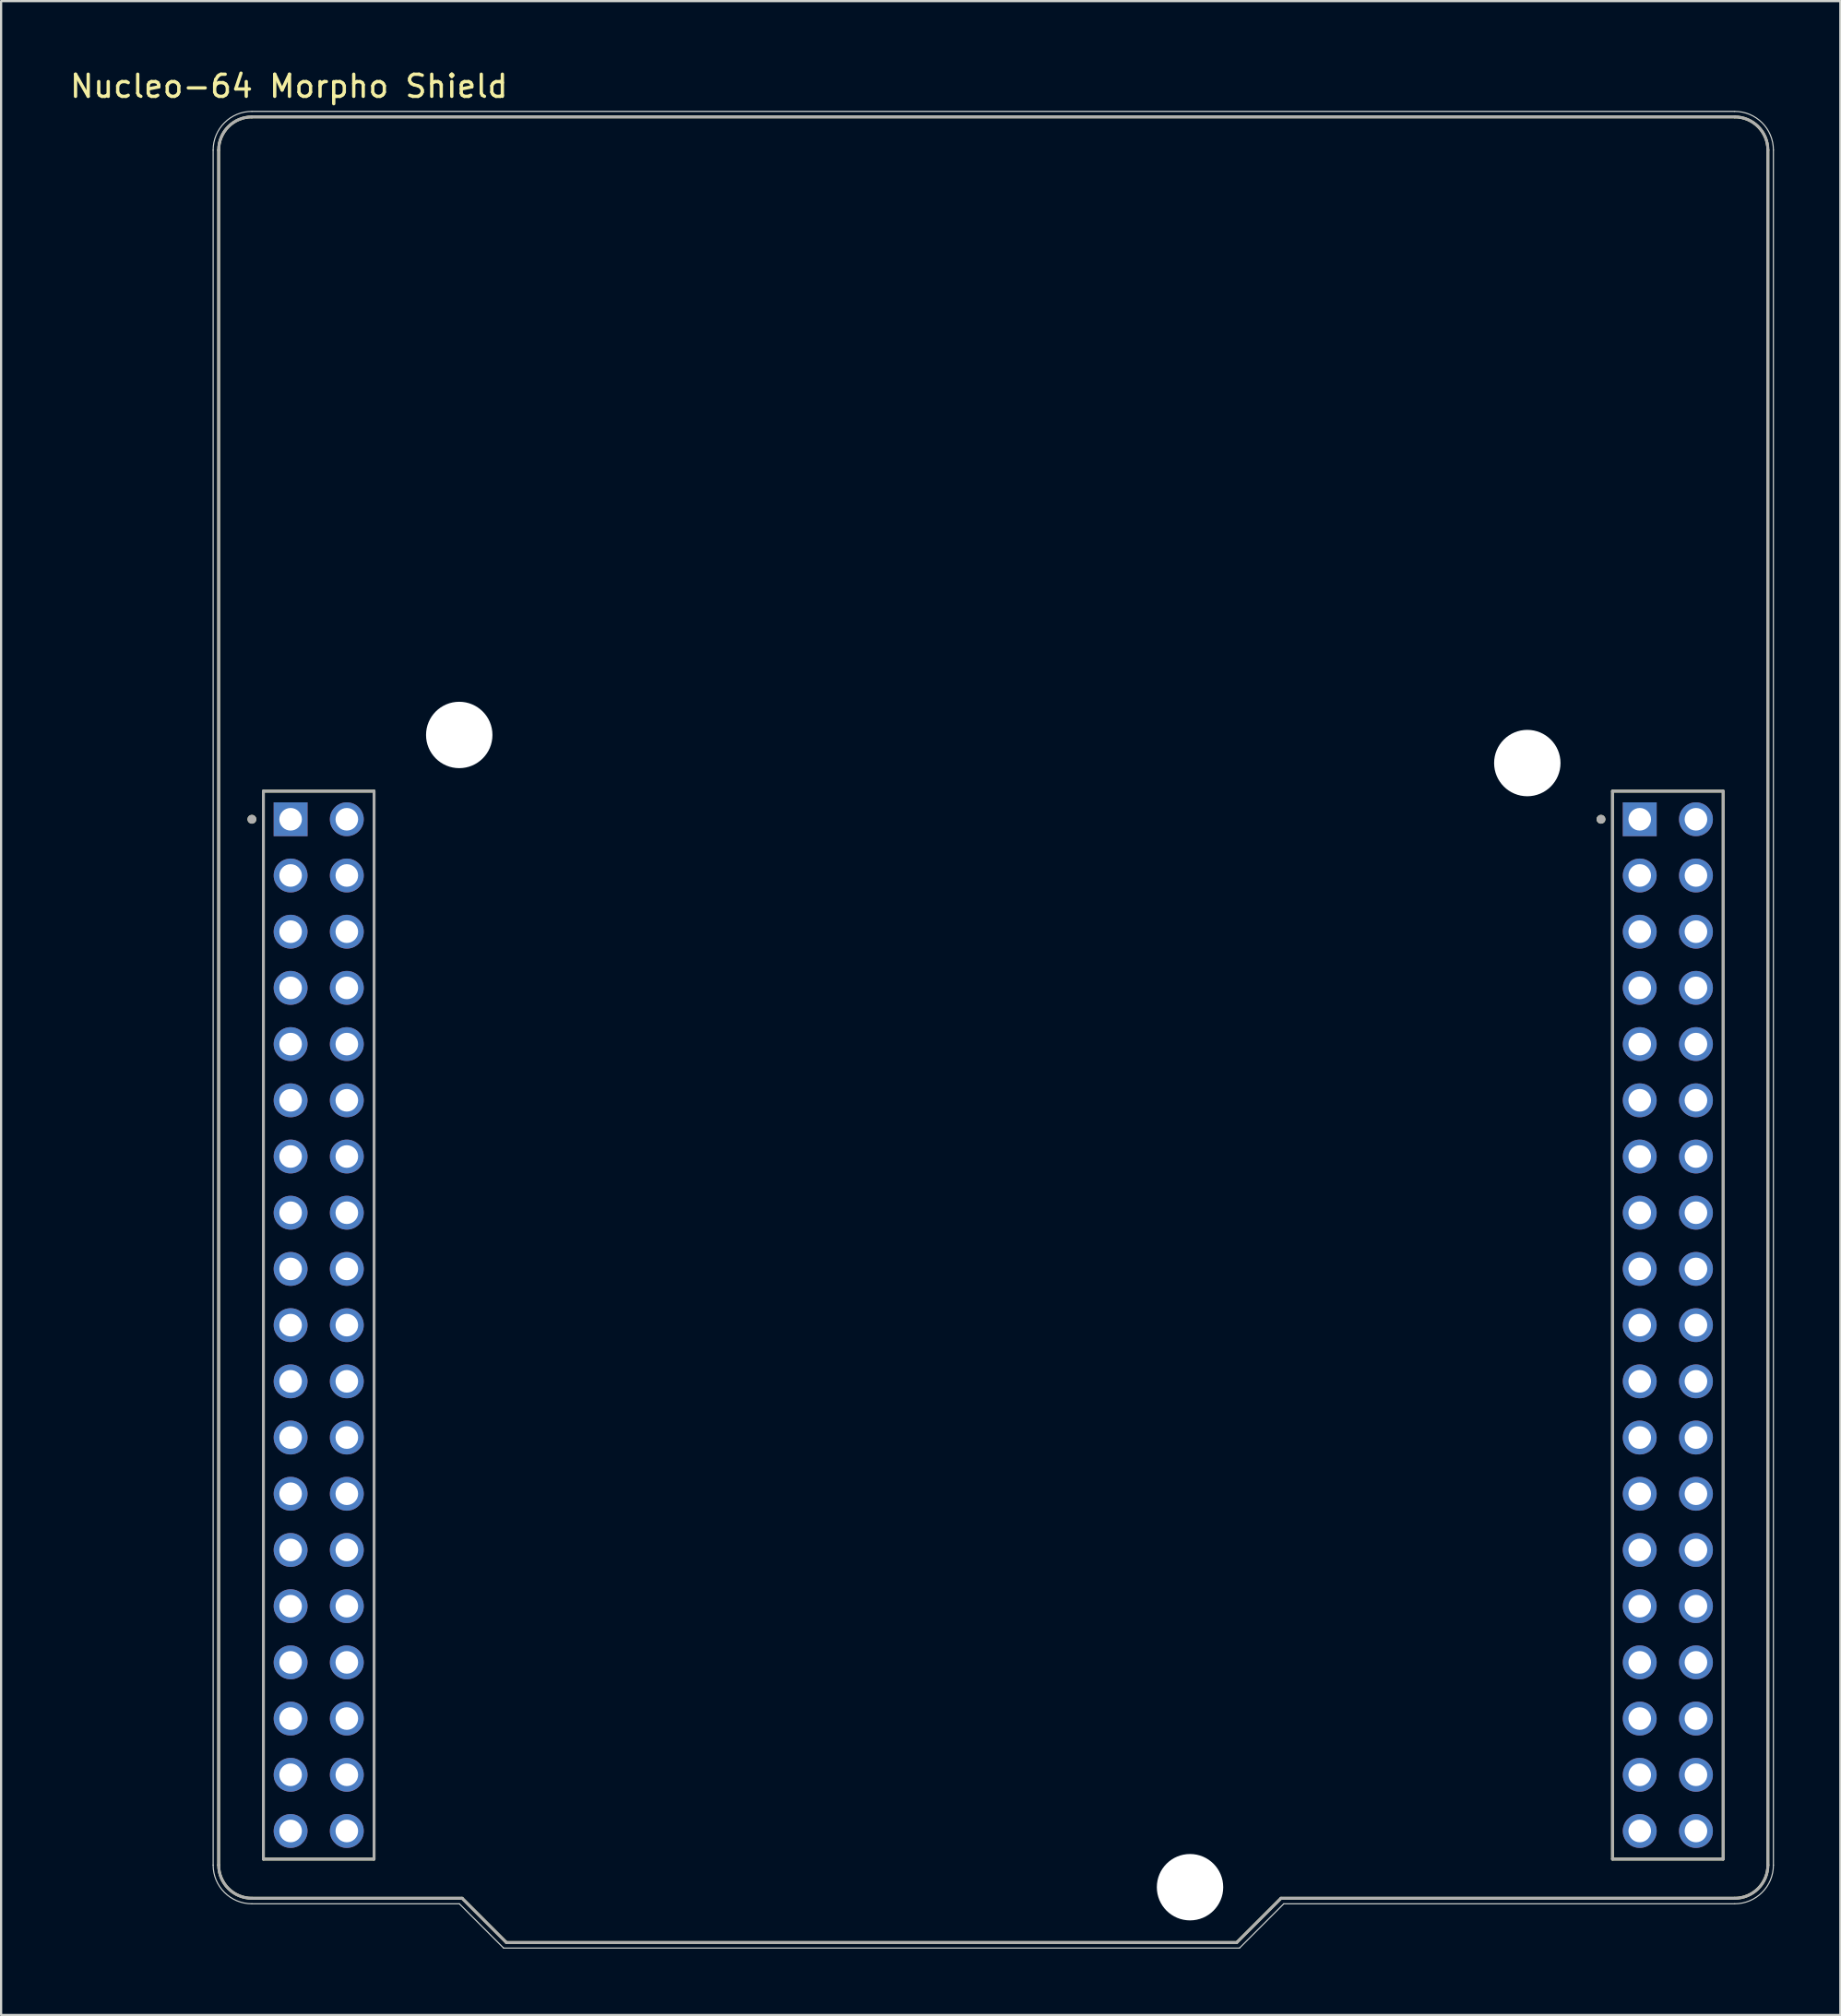
<source format=kicad_pcb>
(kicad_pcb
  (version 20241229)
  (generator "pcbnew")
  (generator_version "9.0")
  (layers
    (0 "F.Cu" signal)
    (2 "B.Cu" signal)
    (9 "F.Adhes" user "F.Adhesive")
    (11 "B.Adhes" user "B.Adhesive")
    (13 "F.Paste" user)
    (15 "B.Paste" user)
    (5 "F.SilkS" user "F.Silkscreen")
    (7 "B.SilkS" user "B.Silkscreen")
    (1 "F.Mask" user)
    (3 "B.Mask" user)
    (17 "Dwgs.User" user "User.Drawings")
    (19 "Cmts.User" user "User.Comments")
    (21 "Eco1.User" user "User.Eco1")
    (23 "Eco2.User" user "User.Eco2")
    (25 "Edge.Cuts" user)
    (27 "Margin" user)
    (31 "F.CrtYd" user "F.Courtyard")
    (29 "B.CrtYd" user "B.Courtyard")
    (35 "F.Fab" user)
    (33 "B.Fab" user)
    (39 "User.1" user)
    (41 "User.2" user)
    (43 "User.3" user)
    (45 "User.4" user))
  (footprint "Nucleo-64 Morpho Shield"
    (layer "F.Cu")
    (at 41.831 43.483)
    (property "Reference" "Nucleo-64 Morpho Shield" (at -31.825 -42.635 0) (layer "F.SilkS") (effects (font (size 1 1) (thickness 0.15))))
    (attr through_hole)
    (fp_line (start -35 37.75) (end -35 -39.75) (stroke (width 0.127) (type solid)) (layer "F.SilkS"))
    (fp_line (start -33.5 -41.25) (end 33.5 -41.25) (stroke (width 0.127) (type solid)) (layer "F.SilkS"))
    (fp_line (start -32.98 -10.78) (end -32.98 37.48) (stroke (width 0.127) (type solid)) (layer "F.SilkS"))
    (fp_line (start -32.98 37.48) (end -27.98 37.48) (stroke (width 0.127) (type solid)) (layer "F.SilkS"))
    (fp_line (start -27.98 -10.78) (end -32.98 -10.78) (stroke (width 0.127) (type solid)) (layer "F.SilkS"))
    (fp_line (start -27.98 37.48) (end -27.98 -10.78) (stroke (width 0.127) (type solid)) (layer "F.SilkS"))
    (fp_line (start -24 39.25) (end -33.5 39.25) (stroke (width 0.127) (type solid)) (layer "F.SilkS"))
    (fp_line (start -22 41.25) (end -24 39.25) (stroke (width 0.127) (type solid)) (layer "F.SilkS"))
    (fp_line (start 11 41.25) (end -22 41.25) (stroke (width 0.127) (type solid)) (layer "F.SilkS"))
    (fp_line (start 13 39.25) (end 11 41.25) (stroke (width 0.127) (type solid)) (layer "F.SilkS"))
    (fp_line (start 27.98 -10.78) (end 27.98 37.48) (stroke (width 0.127) (type solid)) (layer "F.SilkS"))
    (fp_line (start 27.98 37.48) (end 32.98 37.48) (stroke (width 0.127) (type solid)) (layer "F.SilkS"))
    (fp_line (start 32.98 -10.78) (end 27.98 -10.78) (stroke (width 0.127) (type solid)) (layer "F.SilkS"))
    (fp_line (start 32.98 37.48) (end 32.98 -10.78) (stroke (width 0.127) (type solid)) (layer "F.SilkS"))
    (fp_line (start 33.5 39.25) (end 13 39.25) (stroke (width 0.127) (type solid)) (layer "F.SilkS"))
    (fp_line (start 35 -39.75) (end 35 37.75) (stroke (width 0.127) (type solid)) (layer "F.SilkS"))
    (fp_arc (start -35 -39.75) (mid -34.56066 -40.81066) (end -33.5 -41.25) (stroke (width 0.127) (type solid)) (layer "F.SilkS"))
    (fp_arc (start -33.5 39.25) (mid -34.56066 38.81066) (end -35 37.75) (stroke (width 0.127) (type solid)) (layer "F.SilkS"))
    (fp_arc (start 33.5 -41.25) (mid 34.56066 -40.81066) (end 35 -39.75) (stroke (width 0.127) (type solid)) (layer "F.SilkS"))
    (fp_arc (start 35 37.75) (mid 34.56066 38.81066) (end 33.5 39.25) (stroke (width 0.127) (type solid)) (layer "F.SilkS"))
    (fp_circle (center -33.5 -9.51) (end -33.4 -9.51) (stroke (width 0.2) (type solid)) (fill no) (layer "F.SilkS"))
    (fp_circle (center 27.46 -9.51) (end 27.56 -9.51) (stroke (width 0.2) (type solid)) (fill no) (layer "F.SilkS"))
    (fp_line (start -35.25 37.75) (end -35.25 -39.75) (stroke (width 0.05) (type solid)) (layer "Edge.Cuts"))
    (fp_line (start -33.5 -41.5) (end 33.5 -41.5) (stroke (width 0.05) (type solid)) (layer "Edge.Cuts"))
    (fp_line (start -24.125 39.5) (end -33.5 39.5) (stroke (width 0.05) (type solid)) (layer "Edge.Cuts"))
    (fp_line (start -22.125 41.5) (end -24.125 39.5) (stroke (width 0.05) (type solid)) (layer "Edge.Cuts"))
    (fp_line (start 11.125 41.5) (end -22.125 41.5) (stroke (width 0.05) (type solid)) (layer "Edge.Cuts"))
    (fp_line (start 13.125 39.5) (end 11.125 41.5) (stroke (width 0.05) (type solid)) (layer "Edge.Cuts"))
    (fp_line (start 33.5 39.5) (end 13.125 39.5) (stroke (width 0.05) (type solid)) (layer "Edge.Cuts"))
    (fp_line (start 35.25 -39.75) (end 35.25 37.75) (stroke (width 0.05) (type solid)) (layer "Edge.Cuts"))
    (fp_arc (start -35.25 -39.75) (mid -34.737437 -40.987437) (end -33.5 -41.5) (stroke (width 0.05) (type solid)) (layer "Edge.Cuts"))
    (fp_arc (start -33.5 39.5) (mid -34.737437 38.987437) (end -35.25 37.75) (stroke (width 0.05) (type solid)) (layer "Edge.Cuts"))
    (fp_arc (start 33.5 -41.5) (mid 34.737437 -40.987437) (end 35.25 -39.75) (stroke (width 0.05) (type solid)) (layer "Edge.Cuts"))
    (fp_arc (start 35.25 37.75) (mid 34.737437 38.987437) (end 33.5 39.5) (stroke (width 0.05) (type solid)) (layer "Edge.Cuts"))
    (fp_line (start -35 37.75) (end -35 -39.75) (stroke (width 0.127) (type solid)) (layer "F.Fab"))
    (fp_line (start -33.5 -41.25) (end 33.5 -41.25) (stroke (width 0.127) (type solid)) (layer "F.Fab"))
    (fp_line (start -32.98 -10.78) (end -32.98 37.48) (stroke (width 0.127) (type solid)) (layer "F.Fab"))
    (fp_line (start -32.98 37.48) (end -27.98 37.48) (stroke (width 0.127) (type solid)) (layer "F.Fab"))
    (fp_line (start -27.98 -10.78) (end -32.98 -10.78) (stroke (width 0.127) (type solid)) (layer "F.Fab"))
    (fp_line (start -27.98 37.48) (end -27.98 -10.78) (stroke (width 0.127) (type solid)) (layer "F.Fab"))
    (fp_line (start -24 39.25) (end -33.5 39.25) (stroke (width 0.127) (type solid)) (layer "F.Fab"))
    (fp_line (start -22 41.25) (end -24 39.25) (stroke (width 0.127) (type solid)) (layer "F.Fab"))
    (fp_line (start 11 41.25) (end -22 41.25) (stroke (width 0.127) (type solid)) (layer "F.Fab"))
    (fp_line (start 13 39.25) (end 11 41.25) (stroke (width 0.127) (type solid)) (layer "F.Fab"))
    (fp_line (start 27.98 -10.78) (end 27.98 37.48) (stroke (width 0.127) (type solid)) (layer "F.Fab"))
    (fp_line (start 27.98 37.48) (end 32.98 37.48) (stroke (width 0.127) (type solid)) (layer "F.Fab"))
    (fp_line (start 32.98 -10.78) (end 27.98 -10.78) (stroke (width 0.127) (type solid)) (layer "F.Fab"))
    (fp_line (start 32.98 37.48) (end 32.98 -10.78) (stroke (width 0.127) (type solid)) (layer "F.Fab"))
    (fp_line (start 33.5 39.25) (end 13 39.25) (stroke (width 0.127) (type solid)) (layer "F.Fab"))
    (fp_line (start 35 -39.75) (end 35 37.75) (stroke (width 0.127) (type solid)) (layer "F.Fab"))
    (fp_arc (start -35 -39.75) (mid -34.56066 -40.81066) (end -33.5 -41.25) (stroke (width 0.127) (type solid)) (layer "F.Fab"))
    (fp_arc (start -33.5 39.25) (mid -34.56066 38.81066) (end -35 37.75) (stroke (width 0.127) (type solid)) (layer "F.Fab"))
    (fp_arc (start 33.5 -41.25) (mid 34.56066 -40.81066) (end 35 -39.75) (stroke (width 0.127) (type solid)) (layer "F.Fab"))
    (fp_arc (start 35 37.75) (mid 34.56066 38.81066) (end 33.5 39.25) (stroke (width 0.127) (type solid)) (layer "F.Fab"))
    (fp_circle (center -33.5 -9.51) (end -33.4 -9.51) (stroke (width 0.2) (type solid)) (fill no) (layer "F.Fab"))
    (fp_circle (center 27.46 -9.51) (end 27.56 -9.51) (stroke (width 0.2) (type solid)) (fill no) (layer "F.Fab"))
    (pad "" np_thru_hole circle (at -24.13 -13.32) (size 3 3) (drill 3) (layers "*.Cu" "*.Mask"))
    (pad "" np_thru_hole circle (at 8.89 38.75) (size 3 3) (drill 3) (layers "*.Cu" "*.Mask"))
    (pad "" np_thru_hole circle (at 24.13 -12.05) (size 3 3) (drill 3) (layers "*.Cu" "*.Mask"))
    (pad "1" thru_hole rect (at -31.75 -9.51) (size 1.53 1.53) (drill 1.02) (layers "*.Cu" "*.Mask"))
    (pad "2" thru_hole circle (at -29.21 -9.51) (size 1.53 1.53) (drill 1.02) (layers "*.Cu" "*.Mask"))
    (pad "3" thru_hole circle (at -31.75 -6.97) (size 1.53 1.53) (drill 1.02) (layers "*.Cu" "*.Mask"))
    (pad "4" thru_hole circle (at -29.21 -6.97) (size 1.53 1.53) (drill 1.02) (layers "*.Cu" "*.Mask"))
    (pad "5" thru_hole circle (at -31.75 -4.43) (size 1.53 1.53) (drill 1.02) (layers "*.Cu" "*.Mask"))
    (pad "6" thru_hole circle (at -29.21 -4.43) (size 1.53 1.53) (drill 1.02) (layers "*.Cu" "*.Mask"))
    (pad "7" thru_hole circle (at -31.75 -1.89) (size 1.53 1.53) (drill 1.02) (layers "*.Cu" "*.Mask"))
    (pad "8" thru_hole circle (at -29.21 -1.89) (size 1.53 1.53) (drill 1.02) (layers "*.Cu" "*.Mask"))
    (pad "9" thru_hole circle (at -31.75 0.65) (size 1.53 1.53) (drill 1.02) (layers "*.Cu" "*.Mask"))
    (pad "10" thru_hole circle (at -29.21 0.65) (size 1.53 1.53) (drill 1.02) (layers "*.Cu" "*.Mask"))
    (pad "11" thru_hole circle (at -31.75 3.19) (size 1.53 1.53) (drill 1.02) (layers "*.Cu" "*.Mask"))
    (pad "12" thru_hole circle (at -29.21 3.19) (size 1.53 1.53) (drill 1.02) (layers "*.Cu" "*.Mask"))
    (pad "13" thru_hole circle (at -31.75 5.73) (size 1.53 1.53) (drill 1.02) (layers "*.Cu" "*.Mask"))
    (pad "14" thru_hole circle (at -29.21 5.73) (size 1.53 1.53) (drill 1.02) (layers "*.Cu" "*.Mask"))
    (pad "15" thru_hole circle (at -31.75 8.27) (size 1.53 1.53) (drill 1.02) (layers "*.Cu" "*.Mask"))
    (pad "16" thru_hole circle (at -29.21 8.27) (size 1.53 1.53) (drill 1.02) (layers "*.Cu" "*.Mask"))
    (pad "17" thru_hole circle (at -31.75 10.81) (size 1.53 1.53) (drill 1.02) (layers "*.Cu" "*.Mask"))
    (pad "18" thru_hole circle (at -29.21 10.81) (size 1.53 1.53) (drill 1.02) (layers "*.Cu" "*.Mask"))
    (pad "19" thru_hole circle (at -31.75 13.35) (size 1.53 1.53) (drill 1.02) (layers "*.Cu" "*.Mask"))
    (pad "20" thru_hole circle (at -29.21 13.35) (size 1.53 1.53) (drill 1.02) (layers "*.Cu" "*.Mask"))
    (pad "21" thru_hole circle (at -31.75 15.89) (size 1.53 1.53) (drill 1.02) (layers "*.Cu" "*.Mask"))
    (pad "22" thru_hole circle (at -29.21 15.89) (size 1.53 1.53) (drill 1.02) (layers "*.Cu" "*.Mask"))
    (pad "23" thru_hole circle (at -31.75 18.43) (size 1.53 1.53) (drill 1.02) (layers "*.Cu" "*.Mask"))
    (pad "24" thru_hole circle (at -29.21 18.43) (size 1.53 1.53) (drill 1.02) (layers "*.Cu" "*.Mask"))
    (pad "25" thru_hole circle (at -31.75 20.97) (size 1.53 1.53) (drill 1.02) (layers "*.Cu" "*.Mask"))
    (pad "26" thru_hole circle (at -29.21 20.97) (size 1.53 1.53) (drill 1.02) (layers "*.Cu" "*.Mask"))
    (pad "27" thru_hole circle (at -31.75 23.51) (size 1.53 1.53) (drill 1.02) (layers "*.Cu" "*.Mask"))
    (pad "28" thru_hole circle (at -29.21 23.51) (size 1.53 1.53) (drill 1.02) (layers "*.Cu" "*.Mask"))
    (pad "29" thru_hole circle (at -31.75 26.05) (size 1.53 1.53) (drill 1.02) (layers "*.Cu" "*.Mask"))
    (pad "30" thru_hole circle (at -29.21 26.05) (size 1.53 1.53) (drill 1.02) (layers "*.Cu" "*.Mask"))
    (pad "31" thru_hole circle (at -31.75 28.59) (size 1.53 1.53) (drill 1.02) (layers "*.Cu" "*.Mask"))
    (pad "32" thru_hole circle (at -29.21 28.59) (size 1.53 1.53) (drill 1.02) (layers "*.Cu" "*.Mask"))
    (pad "33" thru_hole circle (at -31.75 31.13) (size 1.53 1.53) (drill 1.02) (layers "*.Cu" "*.Mask"))
    (pad "34" thru_hole circle (at -29.21 31.13) (size 1.53 1.53) (drill 1.02) (layers "*.Cu" "*.Mask"))
    (pad "35" thru_hole circle (at -31.75 33.67) (size 1.53 1.53) (drill 1.02) (layers "*.Cu" "*.Mask"))
    (pad "36" thru_hole circle (at -29.21 33.67) (size 1.53 1.53) (drill 1.02) (layers "*.Cu" "*.Mask"))
    (pad "37" thru_hole circle (at -31.75 36.21) (size 1.53 1.53) (drill 1.02) (layers "*.Cu" "*.Mask"))
    (pad "38" thru_hole circle (at -29.21 36.21) (size 1.53 1.53) (drill 1.02) (layers "*.Cu" "*.Mask"))
    (pad "39" thru_hole rect (at 29.21 -9.51) (size 1.53 1.53) (drill 1.02) (layers "*.Cu" "*.Mask"))
    (pad "40" thru_hole circle (at 31.75 -9.51) (size 1.53 1.53) (drill 1.02) (layers "*.Cu" "*.Mask"))
    (pad "41" thru_hole circle (at 29.21 -6.97) (size 1.53 1.53) (drill 1.02) (layers "*.Cu" "*.Mask"))
    (pad "42" thru_hole circle (at 31.75 -6.97) (size 1.53 1.53) (drill 1.02) (layers "*.Cu" "*.Mask"))
    (pad "43" thru_hole circle (at 29.21 -4.43) (size 1.53 1.53) (drill 1.02) (layers "*.Cu" "*.Mask"))
    (pad "44" thru_hole circle (at 31.75 -4.43) (size 1.53 1.53) (drill 1.02) (layers "*.Cu" "*.Mask"))
    (pad "45" thru_hole circle (at 29.21 -1.89) (size 1.53 1.53) (drill 1.02) (layers "*.Cu" "*.Mask"))
    (pad "46" thru_hole circle (at 31.75 -1.89) (size 1.53 1.53) (drill 1.02) (layers "*.Cu" "*.Mask"))
    (pad "47" thru_hole circle (at 29.21 0.65) (size 1.53 1.53) (drill 1.02) (layers "*.Cu" "*.Mask"))
    (pad "48" thru_hole circle (at 31.75 0.65) (size 1.53 1.53) (drill 1.02) (layers "*.Cu" "*.Mask"))
    (pad "49" thru_hole circle (at 29.21 3.19) (size 1.53 1.53) (drill 1.02) (layers "*.Cu" "*.Mask"))
    (pad "50" thru_hole circle (at 31.75 3.19) (size 1.53 1.53) (drill 1.02) (layers "*.Cu" "*.Mask"))
    (pad "51" thru_hole circle (at 29.21 5.73) (size 1.53 1.53) (drill 1.02) (layers "*.Cu" "*.Mask"))
    (pad "52" thru_hole circle (at 31.75 5.73) (size 1.53 1.53) (drill 1.02) (layers "*.Cu" "*.Mask"))
    (pad "53" thru_hole circle (at 29.21 8.27) (size 1.53 1.53) (drill 1.02) (layers "*.Cu" "*.Mask"))
    (pad "54" thru_hole circle (at 31.75 8.27) (size 1.53 1.53) (drill 1.02) (layers "*.Cu" "*.Mask"))
    (pad "55" thru_hole circle (at 29.21 10.81) (size 1.53 1.53) (drill 1.02) (layers "*.Cu" "*.Mask"))
    (pad "56" thru_hole circle (at 31.75 10.81) (size 1.53 1.53) (drill 1.02) (layers "*.Cu" "*.Mask"))
    (pad "57" thru_hole circle (at 29.21 13.35) (size 1.53 1.53) (drill 1.02) (layers "*.Cu" "*.Mask"))
    (pad "58" thru_hole circle (at 31.75 13.35) (size 1.53 1.53) (drill 1.02) (layers "*.Cu" "*.Mask"))
    (pad "59" thru_hole circle (at 29.21 15.89) (size 1.53 1.53) (drill 1.02) (layers "*.Cu" "*.Mask"))
    (pad "60" thru_hole circle (at 31.75 15.89) (size 1.53 1.53) (drill 1.02) (layers "*.Cu" "*.Mask"))
    (pad "61" thru_hole circle (at 29.21 18.43) (size 1.53 1.53) (drill 1.02) (layers "*.Cu" "*.Mask"))
    (pad "62" thru_hole circle (at 31.75 18.43) (size 1.53 1.53) (drill 1.02) (layers "*.Cu" "*.Mask"))
    (pad "63" thru_hole circle (at 29.21 20.97) (size 1.53 1.53) (drill 1.02) (layers "*.Cu" "*.Mask"))
    (pad "64" thru_hole circle (at 31.75 20.97) (size 1.53 1.53) (drill 1.02) (layers "*.Cu" "*.Mask"))
    (pad "65" thru_hole circle (at 29.21 23.51) (size 1.53 1.53) (drill 1.02) (layers "*.Cu" "*.Mask"))
    (pad "66" thru_hole circle (at 31.75 23.51) (size 1.53 1.53) (drill 1.02) (layers "*.Cu" "*.Mask"))
    (pad "67" thru_hole circle (at 29.21 26.05) (size 1.53 1.53) (drill 1.02) (layers "*.Cu" "*.Mask"))
    (pad "68" thru_hole circle (at 31.75 26.05) (size 1.53 1.53) (drill 1.02) (layers "*.Cu" "*.Mask"))
    (pad "69" thru_hole circle (at 29.21 28.59) (size 1.53 1.53) (drill 1.02) (layers "*.Cu" "*.Mask"))
    (pad "70" thru_hole circle (at 31.75 28.59) (size 1.53 1.53) (drill 1.02) (layers "*.Cu" "*.Mask"))
    (pad "71" thru_hole circle (at 29.21 31.13) (size 1.53 1.53) (drill 1.02) (layers "*.Cu" "*.Mask"))
    (pad "72" thru_hole circle (at 31.75 31.13) (size 1.53 1.53) (drill 1.02) (layers "*.Cu" "*.Mask"))
    (pad "73" thru_hole circle (at 29.21 33.67) (size 1.53 1.53) (drill 1.02) (layers "*.Cu" "*.Mask"))
    (pad "74" thru_hole circle (at 31.75 33.67) (size 1.53 1.53) (drill 1.02) (layers "*.Cu" "*.Mask"))
    (pad "75" thru_hole circle (at 29.21 36.21) (size 1.53 1.53) (drill 1.02) (layers "*.Cu" "*.Mask"))
    (pad "76" thru_hole circle (at 31.75 36.21) (size 1.53 1.53) (drill 1.02) (layers "*.Cu" "*.Mask")))
  (gr_rect
    (start -3 -3)
    (end 80.106 88.008)
    (stroke (width 0.1) (type default))
    (fill no)
    (layer "Edge.Cuts")))
</source>
